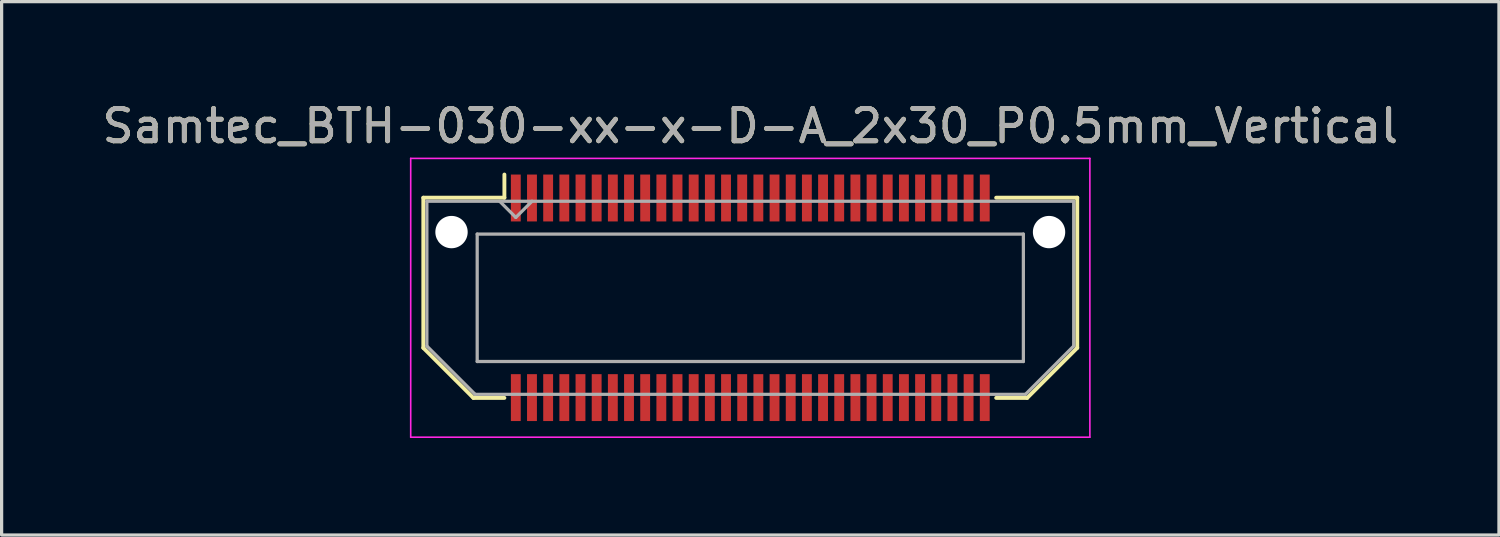
<source format=kicad_pcb>
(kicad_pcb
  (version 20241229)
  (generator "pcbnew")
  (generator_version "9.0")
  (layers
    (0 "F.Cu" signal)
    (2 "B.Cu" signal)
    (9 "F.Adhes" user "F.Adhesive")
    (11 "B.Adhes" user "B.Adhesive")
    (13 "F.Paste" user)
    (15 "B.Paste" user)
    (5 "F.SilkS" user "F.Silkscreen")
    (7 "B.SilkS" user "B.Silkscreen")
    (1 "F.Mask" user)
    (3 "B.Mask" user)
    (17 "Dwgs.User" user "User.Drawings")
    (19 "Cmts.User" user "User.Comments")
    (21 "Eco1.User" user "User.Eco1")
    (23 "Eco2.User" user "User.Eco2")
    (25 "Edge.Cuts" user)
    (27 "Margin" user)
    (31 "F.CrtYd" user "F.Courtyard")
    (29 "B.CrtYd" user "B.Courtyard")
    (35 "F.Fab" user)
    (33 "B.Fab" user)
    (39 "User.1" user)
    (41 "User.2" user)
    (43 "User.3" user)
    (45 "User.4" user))
  (footprint "Samtec_BTH-030-xx-x-D-A_2x30_P0.5mm_Vertical"
    (layer "F.Cu")
    (at 20.149 6.158)
    (property "Reference" "Samtec_BTH-030-xx-x-D-A_2x30_P0.5mm_Vertical" (at 0 -5.31 0) (layer "F.SilkS") (effects (font (size 1 1) (thickness 0.15))))
    (attr smd)
    (fp_line (start -10.11 -3.095) (end -10.11 1.548) (stroke (width 0.12) (type solid)) (layer "F.SilkS"))
    (fp_line (start -10.11 1.548) (end -8.562 3.095) (stroke (width 0.12) (type solid)) (layer "F.SilkS"))
    (fp_line (start -8.562 3.095) (end -7.603 3.095) (stroke (width 0.12) (type solid)) (layer "F.SilkS"))
    (fp_line (start -7.603 -3.811) (end -7.603 -3.095) (stroke (width 0.12) (type solid)) (layer "F.SilkS"))
    (fp_line (start -7.603 -3.095) (end -10.11 -3.095) (stroke (width 0.12) (type solid)) (layer "F.SilkS"))
    (fp_line (start 7.603 -3.095) (end 10.11 -3.095) (stroke (width 0.12) (type solid)) (layer "F.SilkS"))
    (fp_line (start 8.562 3.095) (end 7.603 3.095) (stroke (width 0.12) (type solid)) (layer "F.SilkS"))
    (fp_line (start 10.11 -3.095) (end 10.11 1.548) (stroke (width 0.12) (type solid)) (layer "F.SilkS"))
    (fp_line (start 10.11 1.548) (end 8.562 3.095) (stroke (width 0.12) (type solid)) (layer "F.SilkS"))
    (fp_line (start -10.5 -4.31) (end -10.5 4.31) (stroke (width 0.05) (type solid)) (layer "F.CrtYd"))
    (fp_line (start -10.5 4.31) (end 10.5 4.31) (stroke (width 0.05) (type solid)) (layer "F.CrtYd"))
    (fp_line (start 10.5 -4.31) (end -10.5 -4.31) (stroke (width 0.05) (type solid)) (layer "F.CrtYd"))
    (fp_line (start 10.5 4.31) (end 10.5 -4.31) (stroke (width 0.05) (type solid)) (layer "F.CrtYd"))
    (fp_line (start -10 -2.985) (end -10 1.492) (stroke (width 0.1) (type solid)) (layer "F.Fab"))
    (fp_line (start -10 -2.985) (end 10 -2.985) (stroke (width 0.1) (type solid)) (layer "F.Fab"))
    (fp_line (start -10 1.492) (end -8.508 2.985) (stroke (width 0.1) (type solid)) (layer "F.Fab"))
    (fp_line (start -8.508 2.985) (end 8.508 2.985) (stroke (width 0.1) (type solid)) (layer "F.Fab"))
    (fp_line (start -8.444 -1.97) (end -8.444 1.97) (stroke (width 0.1) (type solid)) (layer "F.Fab"))
    (fp_line (start -8.444 1.97) (end 8.444 1.97) (stroke (width 0.1) (type solid)) (layer "F.Fab"))
    (fp_line (start -7.25 -2.485) (end -7.75 -2.985) (stroke (width 0.1) (type solid)) (layer "F.Fab"))
    (fp_line (start -6.75 -2.985) (end -7.25 -2.485) (stroke (width 0.1) (type solid)) (layer "F.Fab"))
    (fp_line (start 8.444 -1.97) (end -8.444 -1.97) (stroke (width 0.1) (type solid)) (layer "F.Fab"))
    (fp_line (start 8.444 1.97) (end 8.444 -1.97) (stroke (width 0.1) (type solid)) (layer "F.Fab"))
    (fp_line (start 10 -2.985) (end 10 1.492) (stroke (width 0.1) (type solid)) (layer "F.Fab"))
    (fp_line (start 10 1.492) (end 8.508 2.985) (stroke (width 0.1) (type solid)) (layer "F.Fab"))
    (fp_text user "${REFERENCE}" (at 0 -5.31 0) (layer "F.Fab") (effects (font (size 1 1) (thickness 0.15))))
    (pad "" np_thru_hole circle (at -9.238 -2.032) (size 1 1) (drill 1) (layers "*.Cu" "*.Mask"))
    (pad "" np_thru_hole circle (at 9.238 -2.032) (size 1 1) (drill 1) (layers "*.Cu" "*.Mask"))
    (pad "1" smd rect (at -7.25 -3.086) (size 0.305 1.45) (layers "F.Cu" "F.Mask" "F.Paste"))
    (pad "2" smd rect (at -7.25 3.086) (size 0.305 1.45) (layers "F.Cu" "F.Mask" "F.Paste"))
    (pad "3" smd rect (at -6.75 -3.086) (size 0.305 1.45) (layers "F.Cu" "F.Mask" "F.Paste"))
    (pad "4" smd rect (at -6.75 3.086) (size 0.305 1.45) (layers "F.Cu" "F.Mask" "F.Paste"))
    (pad "5" smd rect (at -6.25 -3.086) (size 0.305 1.45) (layers "F.Cu" "F.Mask" "F.Paste"))
    (pad "6" smd rect (at -6.25 3.086) (size 0.305 1.45) (layers "F.Cu" "F.Mask" "F.Paste"))
    (pad "7" smd rect (at -5.75 -3.086) (size 0.305 1.45) (layers "F.Cu" "F.Mask" "F.Paste"))
    (pad "8" smd rect (at -5.75 3.086) (size 0.305 1.45) (layers "F.Cu" "F.Mask" "F.Paste"))
    (pad "9" smd rect (at -5.25 -3.086) (size 0.305 1.45) (layers "F.Cu" "F.Mask" "F.Paste"))
    (pad "10" smd rect (at -5.25 3.086) (size 0.305 1.45) (layers "F.Cu" "F.Mask" "F.Paste"))
    (pad "11" smd rect (at -4.75 -3.086) (size 0.305 1.45) (layers "F.Cu" "F.Mask" "F.Paste"))
    (pad "12" smd rect (at -4.75 3.086) (size 0.305 1.45) (layers "F.Cu" "F.Mask" "F.Paste"))
    (pad "13" smd rect (at -4.25 -3.086) (size 0.305 1.45) (layers "F.Cu" "F.Mask" "F.Paste"))
    (pad "14" smd rect (at -4.25 3.086) (size 0.305 1.45) (layers "F.Cu" "F.Mask" "F.Paste"))
    (pad "15" smd rect (at -3.75 -3.086) (size 0.305 1.45) (layers "F.Cu" "F.Mask" "F.Paste"))
    (pad "16" smd rect (at -3.75 3.086) (size 0.305 1.45) (layers "F.Cu" "F.Mask" "F.Paste"))
    (pad "17" smd rect (at -3.25 -3.086) (size 0.305 1.45) (layers "F.Cu" "F.Mask" "F.Paste"))
    (pad "18" smd rect (at -3.25 3.086) (size 0.305 1.45) (layers "F.Cu" "F.Mask" "F.Paste"))
    (pad "19" smd rect (at -2.75 -3.086) (size 0.305 1.45) (layers "F.Cu" "F.Mask" "F.Paste"))
    (pad "20" smd rect (at -2.75 3.086) (size 0.305 1.45) (layers "F.Cu" "F.Mask" "F.Paste"))
    (pad "21" smd rect (at -2.25 -3.086) (size 0.305 1.45) (layers "F.Cu" "F.Mask" "F.Paste"))
    (pad "22" smd rect (at -2.25 3.086) (size 0.305 1.45) (layers "F.Cu" "F.Mask" "F.Paste"))
    (pad "23" smd rect (at -1.75 -3.086) (size 0.305 1.45) (layers "F.Cu" "F.Mask" "F.Paste"))
    (pad "24" smd rect (at -1.75 3.086) (size 0.305 1.45) (layers "F.Cu" "F.Mask" "F.Paste"))
    (pad "25" smd rect (at -1.25 -3.086) (size 0.305 1.45) (layers "F.Cu" "F.Mask" "F.Paste"))
    (pad "26" smd rect (at -1.25 3.086) (size 0.305 1.45) (layers "F.Cu" "F.Mask" "F.Paste"))
    (pad "27" smd rect (at -0.75 -3.086) (size 0.305 1.45) (layers "F.Cu" "F.Mask" "F.Paste"))
    (pad "28" smd rect (at -0.75 3.086) (size 0.305 1.45) (layers "F.Cu" "F.Mask" "F.Paste"))
    (pad "29" smd rect (at -0.25 -3.086) (size 0.305 1.45) (layers "F.Cu" "F.Mask" "F.Paste"))
    (pad "30" smd rect (at -0.25 3.086) (size 0.305 1.45) (layers "F.Cu" "F.Mask" "F.Paste"))
    (pad "31" smd rect (at 0.25 -3.086) (size 0.305 1.45) (layers "F.Cu" "F.Mask" "F.Paste"))
    (pad "32" smd rect (at 0.25 3.086) (size 0.305 1.45) (layers "F.Cu" "F.Mask" "F.Paste"))
    (pad "33" smd rect (at 0.75 -3.086) (size 0.305 1.45) (layers "F.Cu" "F.Mask" "F.Paste"))
    (pad "34" smd rect (at 0.75 3.086) (size 0.305 1.45) (layers "F.Cu" "F.Mask" "F.Paste"))
    (pad "35" smd rect (at 1.25 -3.086) (size 0.305 1.45) (layers "F.Cu" "F.Mask" "F.Paste"))
    (pad "36" smd rect (at 1.25 3.086) (size 0.305 1.45) (layers "F.Cu" "F.Mask" "F.Paste"))
    (pad "37" smd rect (at 1.75 -3.086) (size 0.305 1.45) (layers "F.Cu" "F.Mask" "F.Paste"))
    (pad "38" smd rect (at 1.75 3.086) (size 0.305 1.45) (layers "F.Cu" "F.Mask" "F.Paste"))
    (pad "39" smd rect (at 2.25 -3.086) (size 0.305 1.45) (layers "F.Cu" "F.Mask" "F.Paste"))
    (pad "40" smd rect (at 2.25 3.086) (size 0.305 1.45) (layers "F.Cu" "F.Mask" "F.Paste"))
    (pad "41" smd rect (at 2.75 -3.086) (size 0.305 1.45) (layers "F.Cu" "F.Mask" "F.Paste"))
    (pad "42" smd rect (at 2.75 3.086) (size 0.305 1.45) (layers "F.Cu" "F.Mask" "F.Paste"))
    (pad "43" smd rect (at 3.25 -3.086) (size 0.305 1.45) (layers "F.Cu" "F.Mask" "F.Paste"))
    (pad "44" smd rect (at 3.25 3.086) (size 0.305 1.45) (layers "F.Cu" "F.Mask" "F.Paste"))
    (pad "45" smd rect (at 3.75 -3.086) (size 0.305 1.45) (layers "F.Cu" "F.Mask" "F.Paste"))
    (pad "46" smd rect (at 3.75 3.086) (size 0.305 1.45) (layers "F.Cu" "F.Mask" "F.Paste"))
    (pad "47" smd rect (at 4.25 -3.086) (size 0.305 1.45) (layers "F.Cu" "F.Mask" "F.Paste"))
    (pad "48" smd rect (at 4.25 3.086) (size 0.305 1.45) (layers "F.Cu" "F.Mask" "F.Paste"))
    (pad "49" smd rect (at 4.75 -3.086) (size 0.305 1.45) (layers "F.Cu" "F.Mask" "F.Paste"))
    (pad "50" smd rect (at 4.75 3.086) (size 0.305 1.45) (layers "F.Cu" "F.Mask" "F.Paste"))
    (pad "51" smd rect (at 5.25 -3.086) (size 0.305 1.45) (layers "F.Cu" "F.Mask" "F.Paste"))
    (pad "52" smd rect (at 5.25 3.086) (size 0.305 1.45) (layers "F.Cu" "F.Mask" "F.Paste"))
    (pad "53" smd rect (at 5.75 -3.086) (size 0.305 1.45) (layers "F.Cu" "F.Mask" "F.Paste"))
    (pad "54" smd rect (at 5.75 3.086) (size 0.305 1.45) (layers "F.Cu" "F.Mask" "F.Paste"))
    (pad "55" smd rect (at 6.25 -3.086) (size 0.305 1.45) (layers "F.Cu" "F.Mask" "F.Paste"))
    (pad "56" smd rect (at 6.25 3.086) (size 0.305 1.45) (layers "F.Cu" "F.Mask" "F.Paste"))
    (pad "57" smd rect (at 6.75 -3.086) (size 0.305 1.45) (layers "F.Cu" "F.Mask" "F.Paste"))
    (pad "58" smd rect (at 6.75 3.086) (size 0.305 1.45) (layers "F.Cu" "F.Mask" "F.Paste"))
    (pad "59" smd rect (at 7.25 -3.086) (size 0.305 1.45) (layers "F.Cu" "F.Mask" "F.Paste"))
    (pad "60" smd rect (at 7.25 3.086) (size 0.305 1.45) (layers "F.Cu" "F.Mask" "F.Paste")))
  (gr_rect
    (start -3 -3)
    (end 43.298 13.493)
    (stroke (width 0.1) (type default))
    (fill no)
    (layer "Edge.Cuts")))
</source>
